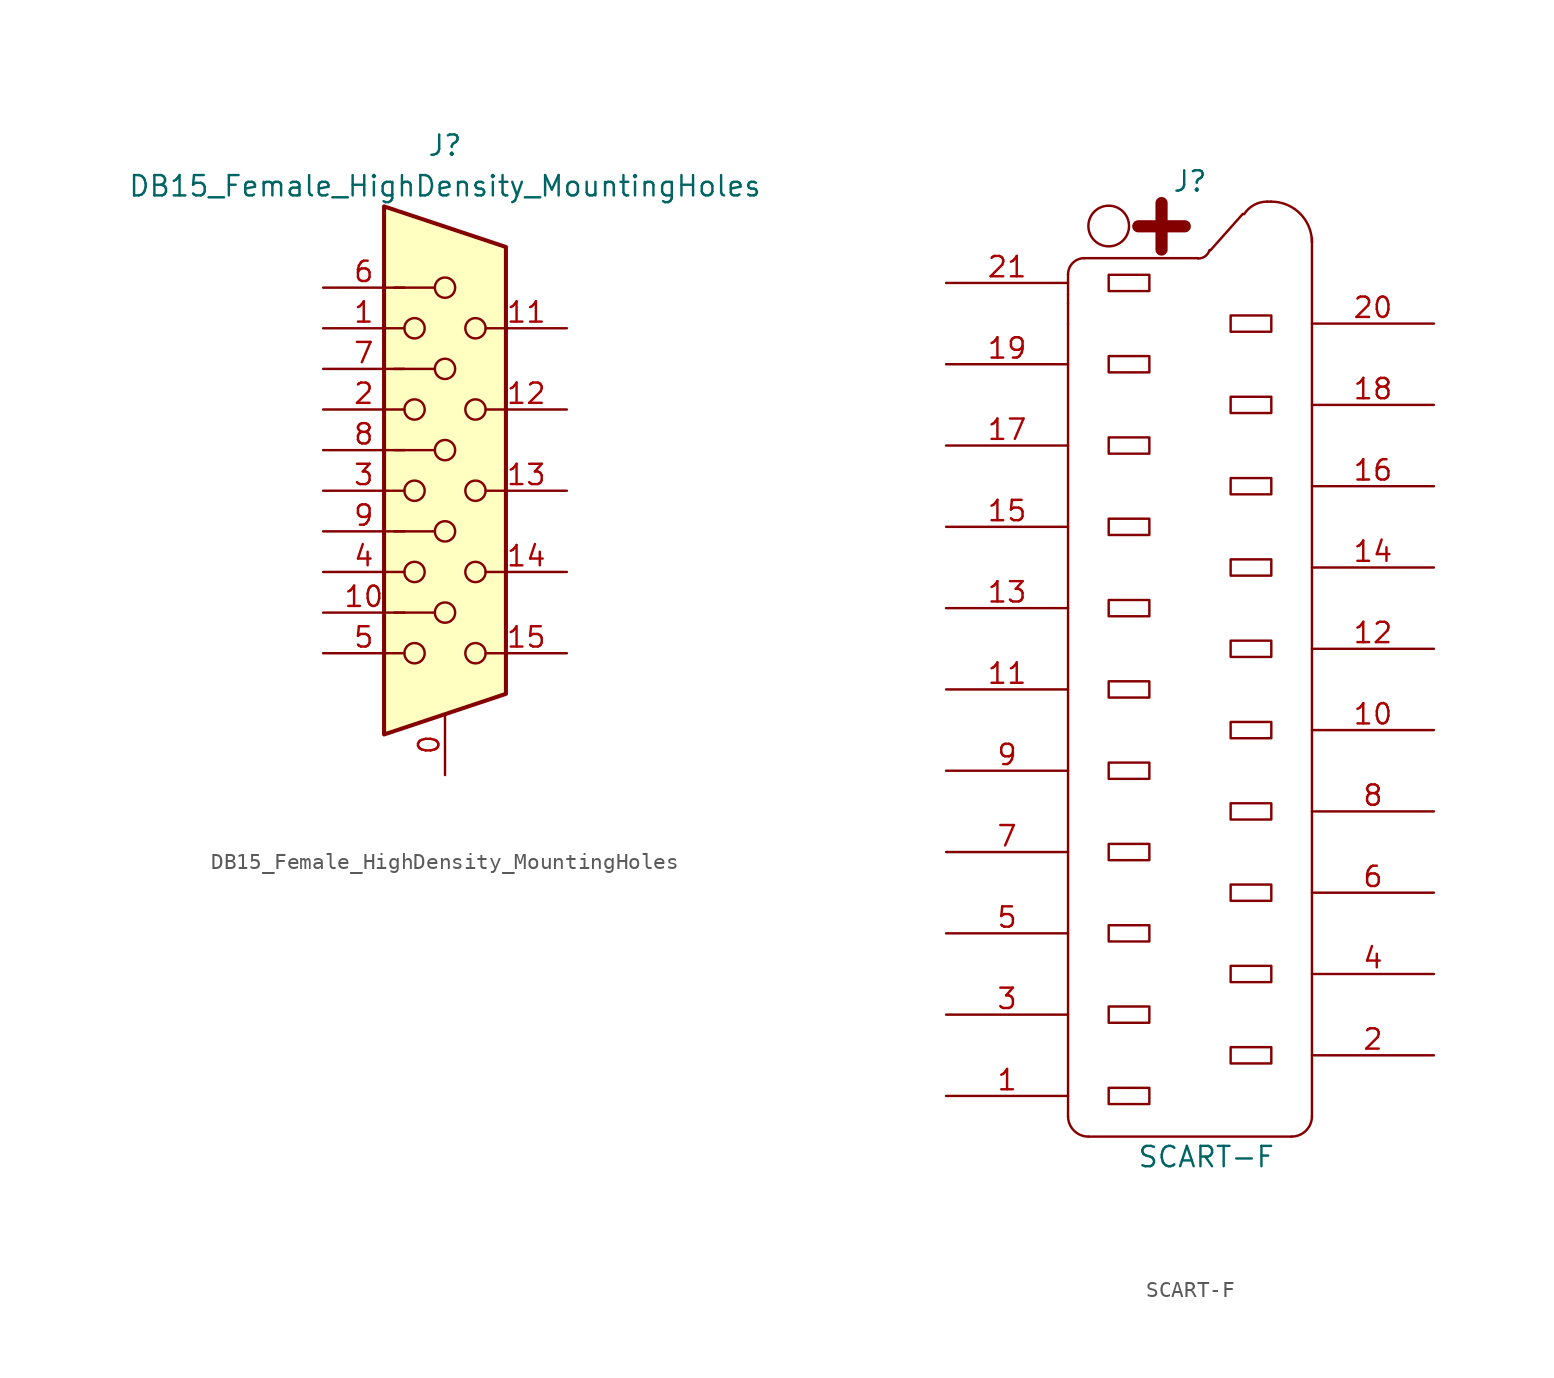
<source format=kicad_sym>
(kicad_symbol_lib
  (version 20220914)
  (generator kicad_symbol_editor)
  (symbol "DB15_Female_HighDensity_MountingHoles"
    (pin_names
      (offset 1.016) hide)
    (property "Reference" "J"
      (at 0 21.59 0)
      (effects (font (size 1.27 1.27))))
    (property "Value" "DB15_Female_HighDensity_MountingHoles"
      (at 0 19.05 0)
      (effects (font (size 1.27 1.27))))
    (symbol "DB15_Female_HighDensity_MountingHoles_0_1"
      (circle (center -1.905 -10.16) (radius 0.635) (stroke (width 0) (type solid)) (fill (type none)))
      (circle (center -1.905 -5.08) (radius 0.635) (stroke (width 0) (type solid)) (fill (type none)))
      (circle (center -1.905 0) (radius 0.635) (stroke (width 0) (type solid)) (fill (type none)))
      (circle (center -1.905 5.08) (radius 0.635) (stroke (width 0) (type solid)) (fill (type none)))
      (circle (center -1.905 10.16) (radius 0.635) (stroke (width 0) (type solid)) (fill (type none)))
      (circle (center 0 -7.62) (radius 0.635) (stroke (width 0) (type solid)) (fill (type none)))
      (circle (center 0 -2.54) (radius 0.635) (stroke (width 0) (type solid)) (fill (type none)))
      (polyline (pts (xy -3.175 7.62) (xy -0.635 7.62)) (stroke (width 0) (type solid)) (fill (type none)))
      (polyline (pts (xy -0.635 -7.62) (xy -3.175 -7.62)) (stroke (width 0) (type solid)) (fill (type none)))
      (polyline (pts (xy -0.635 -2.54) (xy -3.175 -2.54)) (stroke (width 0) (type solid)) (fill (type none)))
      (polyline (pts (xy -0.635 2.54) (xy -3.175 2.54)) (stroke (width 0) (type solid)) (fill (type none)))
      (polyline (pts (xy -0.635 12.7) (xy -3.175 12.7)) (stroke (width 0) (type solid)) (fill (type none)))
      (polyline (pts (xy -3.81 17.78) (xy -3.81 -15.24) (xy 3.81 -12.7) (xy 3.81 15.24) (xy -3.81 17.78)) (stroke (width 0.254) (type solid)) (fill (type background)))
      (circle (center 0 2.54) (radius 0.635) (stroke (width 0) (type solid)) (fill (type none)))
      (circle (center 0 7.62) (radius 0.635) (stroke (width 0) (type solid)) (fill (type none)))
      (circle (center 0 12.7) (radius 0.635) (stroke (width 0) (type solid)) (fill (type none)))
      (circle (center 1.905 -10.16) (radius 0.635) (stroke (width 0) (type solid)) (fill (type none)))
      (circle (center 1.905 -5.08) (radius 0.635) (stroke (width 0) (type solid)) (fill (type none)))
      (circle (center 1.905 0) (radius 0.635) (stroke (width 0) (type solid)) (fill (type none)))
      (circle (center 1.905 5.08) (radius 0.635) (stroke (width 0) (type solid)) (fill (type none)))
      (circle (center 1.905 10.16) (radius 0.635) (stroke (width 0) (type solid)) (fill (type none))))
    (symbol "DB15_Female_HighDensity_MountingHoles_1_1"
      (pin passive line (at 0 -17.78 90) (length 3.81) (name "~" (effects (font (size 1.27 1.27)))) (number "0" (effects (font (size 1.27 1.27)))))
      (pin passive line (at -7.62 10.16 0) (length 5.08) (name "~" (effects (font (size 1.27 1.27)))) (number "1" (effects (font (size 1.27 1.27)))))
      (pin passive line (at -7.62 -7.62 0) (length 5.08) (name "~" (effects (font (size 1.27 1.27)))) (number "10" (effects (font (size 1.27 1.27)))))
      (pin passive line (at 7.62 10.16 180) (length 5.08) (name "~" (effects (font (size 1.27 1.27)))) (number "11" (effects (font (size 1.27 1.27)))))
      (pin passive line (at 7.62 5.08 180) (length 5.08) (name "~" (effects (font (size 1.27 1.27)))) (number "12" (effects (font (size 1.27 1.27)))))
      (pin passive line (at 7.62 0 180) (length 5.08) (name "~" (effects (font (size 1.27 1.27)))) (number "13" (effects (font (size 1.27 1.27)))))
      (pin passive line (at 7.62 -5.08 180) (length 5.08) (name "~" (effects (font (size 1.27 1.27)))) (number "14" (effects (font (size 1.27 1.27)))))
      (pin passive line (at 7.62 -10.16 180) (length 5.08) (name "~" (effects (font (size 1.27 1.27)))) (number "15" (effects (font (size 1.27 1.27)))))
      (pin passive line (at -7.62 5.08 0) (length 5.08) (name "~" (effects (font (size 1.27 1.27)))) (number "2" (effects (font (size 1.27 1.27)))))
      (pin passive line (at -7.62 0 0) (length 5.08) (name "~" (effects (font (size 1.27 1.27)))) (number "3" (effects (font (size 1.27 1.27)))))
      (pin passive line (at -7.62 -5.08 0) (length 5.08) (name "~" (effects (font (size 1.27 1.27)))) (number "4" (effects (font (size 1.27 1.27)))))
      (pin passive line (at -7.62 -10.16 0) (length 5.08) (name "~" (effects (font (size 1.27 1.27)))) (number "5" (effects (font (size 1.27 1.27)))))
      (pin passive line (at -7.62 12.7 0) (length 5.08) (name "~" (effects (font (size 1.27 1.27)))) (number "6" (effects (font (size 1.27 1.27)))))
      (pin passive line (at -7.62 7.62 0) (length 5.08) (name "~" (effects (font (size 1.27 1.27)))) (number "7" (effects (font (size 1.27 1.27)))))
      (pin passive line (at -7.62 2.54 0) (length 5.08) (name "~" (effects (font (size 1.27 1.27)))) (number "8" (effects (font (size 1.27 1.27)))))
      (pin passive line (at -7.62 -2.54 0) (length 5.08) (name "~" (effects (font (size 1.27 1.27)))) (number "9" (effects (font (size 1.27 1.27)))))))
  (symbol "SCART-F"
    (pin_names
      (offset 0.762) hide)
    (property "Reference" "J"
      (at 0 30.48 0)
      (effects (font (size 1.27 1.27))))
    (property "Value" "SCART-F"
      (at 1.016 -30.48 0)
      (effects (font (size 1.27 1.27))))
    (symbol "SCART-F_0_1"
      (arc (start -7.62 -27.94) (mid -7.248 -28.838) (end -6.35 -29.21) (stroke (width 0) (type solid)) (fill (type none)))
      (arc (start -6.604 25.6794) (mid -7.3224 25.3818) (end -7.62 24.6634) (stroke (width 0) (type solid)) (fill (type none)))
      (rectangle (start -5.08 -26.162) (end -2.54 -27.178) (stroke (width 0) (type solid)) (fill (type none)))
      (rectangle (start -5.08 -21.082) (end -2.54 -22.098) (stroke (width 0) (type solid)) (fill (type none)))
      (rectangle (start -5.08 -16.002) (end -2.54 -17.018) (stroke (width 0) (type solid)) (fill (type none)))
      (rectangle (start -5.08 -10.922) (end -2.54 -11.938) (stroke (width 0) (type solid)) (fill (type none)))
      (rectangle (start -5.08 -5.842) (end -2.54 -6.858) (stroke (width 0) (type solid)) (fill (type none)))
      (rectangle (start -5.08 -0.762) (end -2.54 -1.778) (stroke (width 0) (type solid)) (fill (type none)))
      (rectangle (start -5.08 4.318) (end -2.54 3.302) (stroke (width 0) (type solid)) (fill (type none)))
      (rectangle (start -5.08 9.398) (end -2.54 8.382) (stroke (width 0) (type solid)) (fill (type none)))
      (rectangle (start -5.08 14.478) (end -2.54 13.462) (stroke (width 0) (type solid)) (fill (type none)))
      (rectangle (start -5.08 19.558) (end -2.54 18.542) (stroke (width 0) (type solid)) (fill (type none)))
      (rectangle (start -5.08 24.638) (end -2.54 23.622) (stroke (width 0) (type solid)) (fill (type none)))
      (circle (center -5.08 27.686) (radius 1.27) (stroke (width 0) (type solid)) (fill (type none)))
      (polyline (pts (xy -7.62 21.59) (xy -7.62 -27.94)) (stroke (width 0) (type solid)) (fill (type none)))
      (polyline (pts (xy -7.62 21.59) (xy -7.62 22.86)) (stroke (width 0) (type solid)) (fill (type none)))
      (polyline (pts (xy -7.62 23.393) (xy -7.62 22.86)) (stroke (width 0) (type solid)) (fill (type none)))
      (polyline (pts (xy -7.62 23.393) (xy -7.62 24.663)) (stroke (width 0) (type solid)) (fill (type none)))
      (polyline (pts (xy -6.604 25.679) (xy 0.508 25.679)) (stroke (width 0) (type solid)) (fill (type none)))
      (polyline (pts (xy -6.35 -29.21) (xy 6.35 -29.21)) (stroke (width 0) (type solid)) (fill (type none)))
      (polyline (pts (xy 3.302 28.448) (xy 1.27 26.162)) (stroke (width 0) (type solid)) (fill (type none)))
      (polyline (pts (xy 4.826 29.21) (xy 5.08 29.21)) (stroke (width 0) (type solid)) (fill (type none)))
      (polyline (pts (xy 7.62 -27.94) (xy 7.62 26.949)) (stroke (width 0) (type solid)) (fill (type none)))
      (arc (start 0.508 25.654) (mid 0.9569 25.8002) (end 1.2192 26.1874) (stroke (width 0) (type solid)) (fill (type none)))
      (rectangle (start 2.54 -23.622) (end 5.08 -24.638) (stroke (width 0) (type solid)) (fill (type none)))
      (rectangle (start 2.54 -18.542) (end 5.08 -19.558) (stroke (width 0) (type solid)) (fill (type none)))
      (rectangle (start 2.54 -13.462) (end 5.08 -14.478) (stroke (width 0) (type solid)) (fill (type none)))
      (rectangle (start 2.54 -8.382) (end 5.08 -9.398) (stroke (width 0) (type solid)) (fill (type none)))
      (rectangle (start 2.54 -3.302) (end 5.08 -4.318) (stroke (width 0) (type solid)) (fill (type none)))
      (rectangle (start 2.54 1.778) (end 5.08 0.762) (stroke (width 0) (type solid)) (fill (type none)))
      (rectangle (start 2.54 6.858) (end 5.08 5.842) (stroke (width 0) (type solid)) (fill (type none)))
      (rectangle (start 2.54 11.938) (end 5.08 10.922) (stroke (width 0) (type solid)) (fill (type none)))
      (rectangle (start 2.54 17.018) (end 5.08 16.002) (stroke (width 0) (type solid)) (fill (type none)))
      (rectangle (start 2.54 22.098) (end 5.08 21.082) (stroke (width 0) (type solid)) (fill (type none)))
      (arc (start 4.826 29.21) (mid 3.999 29.0026) (end 3.3782 28.4226) (stroke (width 0) (type solid)) (fill (type none)))
      (arc (start 6.35 -29.21) (mid 7.248 -28.838) (end 7.62 -27.94) (stroke (width 0) (type solid)) (fill (type none)))
      (arc (start 7.62 26.67) (mid 6.8761 28.4661) (end 5.08 29.21) (stroke (width 0) (type solid)) (fill (type none)))
      (text "+" (at -1.778 27.94 0) (effects (font (size 3.81 3.81) bold))))
    (symbol "SCART-F_1_1"
      (pin passive line (at -15.24 -26.67 0) (length 7.62) (name "P1" (effects (font (size 1.27 1.27)))) (number "1" (effects (font (size 1.27 1.27)))))
      (pin passive line (at 15.24 -3.81 180) (length 7.62) (name "P10" (effects (font (size 1.27 1.27)))) (number "10" (effects (font (size 1.27 1.27)))))
      (pin passive line (at -15.24 -1.27 0) (length 7.62) (name "P11" (effects (font (size 1.27 1.27)))) (number "11" (effects (font (size 1.27 1.27)))))
      (pin passive line (at 15.24 1.27 180) (length 7.62) (name "P12" (effects (font (size 1.27 1.27)))) (number "12" (effects (font (size 1.27 1.27)))))
      (pin passive line (at -15.24 3.81 0) (length 7.62) (name "P13" (effects (font (size 1.27 1.27)))) (number "13" (effects (font (size 1.27 1.27)))))
      (pin passive line (at 15.24 6.35 180) (length 7.62) (name "P14" (effects (font (size 1.27 1.27)))) (number "14" (effects (font (size 1.27 1.27)))))
      (pin passive line (at -15.24 8.89 0) (length 7.62) (name "P15" (effects (font (size 1.27 1.27)))) (number "15" (effects (font (size 1.27 1.27)))))
      (pin passive line (at 15.24 11.43 180) (length 7.62) (name "P16" (effects (font (size 1.27 1.27)))) (number "16" (effects (font (size 1.27 1.27)))))
      (pin passive line (at -15.24 13.97 0) (length 7.62) (name "P17" (effects (font (size 1.27 1.27)))) (number "17" (effects (font (size 1.27 1.27)))))
      (pin passive line (at 15.24 16.51 180) (length 7.62) (name "P18" (effects (font (size 1.27 1.27)))) (number "18" (effects (font (size 1.27 1.27)))))
      (pin passive line (at -15.24 19.05 0) (length 7.62) (name "P19" (effects (font (size 1.27 1.27)))) (number "19" (effects (font (size 1.27 1.27)))))
      (pin passive line (at 15.24 -24.13 180) (length 7.62) (name "P2" (effects (font (size 1.27 1.27)))) (number "2" (effects (font (size 1.27 1.27)))))
      (pin passive line (at 15.24 21.59 180) (length 7.62) (name "P20" (effects (font (size 1.27 1.27)))) (number "20" (effects (font (size 1.27 1.27)))))
      (pin passive line (at -15.24 24.13 0) (length 7.62) (name "P21" (effects (font (size 1.27 1.27)))) (number "21" (effects (font (size 1.27 1.27)))))
      (pin passive line (at -15.24 -21.59 0) (length 7.62) (name "P3" (effects (font (size 1.27 1.27)))) (number "3" (effects (font (size 1.27 1.27)))))
      (pin passive line (at 15.24 -19.05 180) (length 7.62) (name "P4" (effects (font (size 1.27 1.27)))) (number "4" (effects (font (size 1.27 1.27)))))
      (pin passive line (at -15.24 -16.51 0) (length 7.62) (name "P5" (effects (font (size 1.27 1.27)))) (number "5" (effects (font (size 1.27 1.27)))))
      (pin passive line (at 15.24 -13.97 180) (length 7.62) (name "P6" (effects (font (size 1.27 1.27)))) (number "6" (effects (font (size 1.27 1.27)))))
      (pin passive line (at -15.24 -11.43 0) (length 7.62) (name "P7" (effects (font (size 1.27 1.27)))) (number "7" (effects (font (size 1.27 1.27)))))
      (pin passive line (at 15.24 -8.89 180) (length 7.62) (name "P8" (effects (font (size 1.27 1.27)))) (number "8" (effects (font (size 1.27 1.27)))))
      (pin passive line (at -15.24 -6.35 0) (length 7.62) (name "P9" (effects (font (size 1.27 1.27)))) (number "9" (effects (font (size 1.27 1.27))))))))
</source>
